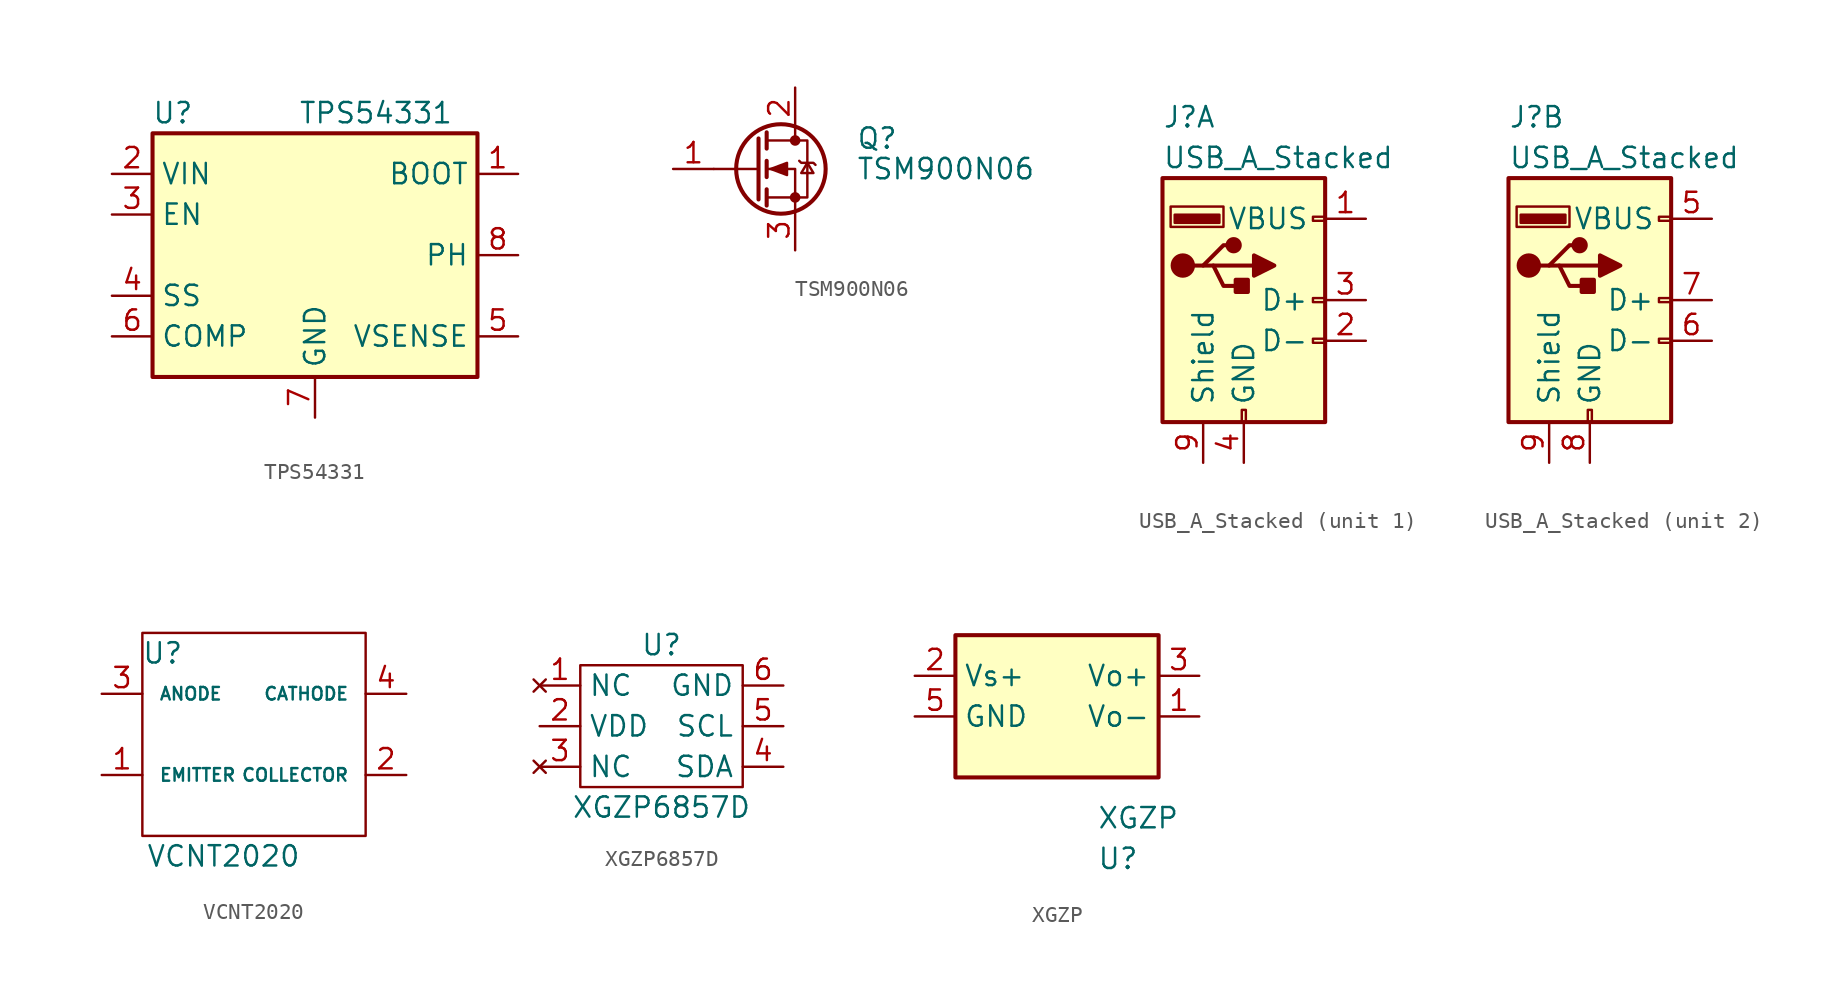
<source format=kicad_sym>
(kicad_symbol_lib
  (version 20211014)
  (generator kicad_symbol_editor)
  (symbol "TPS54331"
    (property "Reference" "U"
      (at -8.89 8.89 0)
      (effects (font (size 1.27 1.27))))
    (property "Value" "TPS54331"
      (at 3.81 8.89 0)
      (effects (font (size 1.27 1.27))))
    (symbol "TPS54331_1_1"
      (rectangle (start -10.16 7.62) (end 10.16 -7.62) (stroke (width 0.254) (type default) (color 0 0 0 0)) (fill (type background)))
      (pin output line (at 12.7 5.08 180) (length 2.54) (name "BOOT" (effects (font (size 1.27 1.27)))) (number "1" (effects (font (size 1.27 1.27)))))
      (pin power_in line (at -12.7 5.08 0) (length 2.54) (name "VIN" (effects (font (size 1.27 1.27)))) (number "2" (effects (font (size 1.27 1.27)))))
      (pin input line (at -12.7 2.54 0) (length 2.54) (name "EN" (effects (font (size 1.27 1.27)))) (number "3" (effects (font (size 1.27 1.27)))))
      (pin output line (at -12.7 -2.54 0) (length 2.54) (name "SS" (effects (font (size 1.27 1.27)))) (number "4" (effects (font (size 1.27 1.27)))))
      (pin input line (at 12.7 -5.08 180) (length 2.54) (name "VSENSE" (effects (font (size 1.27 1.27)))) (number "5" (effects (font (size 1.27 1.27)))))
      (pin output line (at -12.7 -5.08 0) (length 2.54) (name "COMP" (effects (font (size 1.27 1.27)))) (number "6" (effects (font (size 1.27 1.27)))))
      (pin power_in line (at 0 -10.16 90) (length 2.54) (name "GND" (effects (font (size 1.27 1.27)))) (number "7" (effects (font (size 1.27 1.27)))))
      (pin output line (at 12.7 0 180) (length 2.54) (name "PH" (effects (font (size 1.27 1.27)))) (number "8" (effects (font (size 1.27 1.27)))))))
  (symbol "TSM900N06"
    (pin_names hide)
    (property "Reference" "Q"
      (at 6.35 1.905 0)
      (effects (font (size 1.27 1.27)) (justify left)))
    (property "Value" "TSM900N06"
      (at 6.35 0 0)
      (effects (font (size 1.27 1.27)) (justify left)))
    (symbol "TSM900N06_0_1"
      (polyline (pts (xy 0.254 0) (xy -2.54 0)) (stroke (width 0) (type default) (color 0 0 0 0)) (fill (type none)))
      (polyline (pts (xy 0.254 1.905) (xy 0.254 -1.905)) (stroke (width 0.254) (type default) (color 0 0 0 0)) (fill (type none)))
      (polyline (pts (xy 0.762 -1.27) (xy 0.762 -2.286)) (stroke (width 0.254) (type default) (color 0 0 0 0)) (fill (type none)))
      (polyline (pts (xy 0.762 0.508) (xy 0.762 -0.508)) (stroke (width 0.254) (type default) (color 0 0 0 0)) (fill (type none)))
      (polyline (pts (xy 0.762 2.286) (xy 0.762 1.27)) (stroke (width 0.254) (type default) (color 0 0 0 0)) (fill (type none)))
      (polyline (pts (xy 2.54 2.54) (xy 2.54 1.778)) (stroke (width 0) (type default) (color 0 0 0 0)) (fill (type none)))
      (polyline (pts (xy 2.54 -2.54) (xy 2.54 0) (xy 0.762 0)) (stroke (width 0) (type default) (color 0 0 0 0)) (fill (type none)))
      (polyline (pts (xy 0.762 -1.778) (xy 3.302 -1.778) (xy 3.302 1.778) (xy 0.762 1.778)) (stroke (width 0) (type default) (color 0 0 0 0)) (fill (type none)))
      (polyline (pts (xy 1.016 0) (xy 2.032 0.381) (xy 2.032 -0.381) (xy 1.016 0)) (stroke (width 0) (type default) (color 0 0 0 0)) (fill (type outline)))
      (polyline (pts (xy 2.794 0.508) (xy 2.921 0.381) (xy 3.683 0.381) (xy 3.81 0.254)) (stroke (width 0) (type default) (color 0 0 0 0)) (fill (type none)))
      (polyline (pts (xy 3.302 0.381) (xy 2.921 -0.254) (xy 3.683 -0.254) (xy 3.302 0.381)) (stroke (width 0) (type default) (color 0 0 0 0)) (fill (type none)))
      (circle (center 1.651 0) (radius 2.794) (stroke (width 0.254) (type default) (color 0 0 0 0)) (fill (type none)))
      (circle (center 2.54 -1.778) (radius 0.254) (stroke (width 0) (type default) (color 0 0 0 0)) (fill (type outline)))
      (circle (center 2.54 1.778) (radius 0.254) (stroke (width 0) (type default) (color 0 0 0 0)) (fill (type outline))))
    (symbol "TSM900N06_1_1"
      (pin input line (at -5.08 0 0) (length 2.54) (name "G" (effects (font (size 1.27 1.27)))) (number "1" (effects (font (size 1.27 1.27)))))
      (pin passive line (at 2.54 5.08 270) (length 2.54) (name "D" (effects (font (size 1.27 1.27)))) (number "2" (effects (font (size 1.27 1.27)))))
      (pin passive line (at 2.54 -5.08 90) (length 2.54) (name "S" (effects (font (size 1.27 1.27)))) (number "3" (effects (font (size 1.27 1.27)))))))
  (symbol "USB_A_Stacked"
    (pin_names
      (offset 1.016))
    (property "Reference" "J"
      (at -5.08 11.43 0)
      (effects (font (size 1.27 1.27)) (justify left)))
    (property "Value" "USB_A_Stacked"
      (at -5.08 8.89 0)
      (effects (font (size 1.27 1.27)) (justify left)))
    (symbol "USB_A_Stacked_0_1"
      (rectangle (start -5.08 -7.62) (end 5.08 7.62) (stroke (width 0.254) (type default) (color 0 0 0 0)) (fill (type background)))
      (circle (center -3.81 2.159) (radius 0.635) (stroke (width 0.254) (type default) (color 0 0 0 0)) (fill (type outline)))
      (rectangle (start -1.524 4.826) (end -4.318 5.334) (stroke (width 0) (type default) (color 0 0 0 0)) (fill (type outline)))
      (rectangle (start -1.27 4.572) (end -4.572 5.842) (stroke (width 0) (type default) (color 0 0 0 0)) (fill (type none)))
      (circle (center -0.635 3.429) (radius 0.381) (stroke (width 0.254) (type default) (color 0 0 0 0)) (fill (type outline)))
      (rectangle (start -0.127 -7.62) (end 0.127 -6.858) (stroke (width 0) (type default) (color 0 0 0 0)) (fill (type none)))
      (polyline (pts (xy -3.175 2.159) (xy -2.54 2.159) (xy -1.27 3.429) (xy -0.635 3.429)) (stroke (width 0.254) (type default) (color 0 0 0 0)) (fill (type none)))
      (polyline (pts (xy -2.54 2.159) (xy -1.905 2.159) (xy -1.27 0.889) (xy 0 0.889)) (stroke (width 0.254) (type default) (color 0 0 0 0)) (fill (type none)))
      (polyline (pts (xy 0.635 2.794) (xy 0.635 1.524) (xy 1.905 2.159) (xy 0.635 2.794)) (stroke (width 0.254) (type default) (color 0 0 0 0)) (fill (type outline)))
      (rectangle (start 0.254 1.27) (end -0.508 0.508) (stroke (width 0.254) (type default) (color 0 0 0 0)) (fill (type outline)))
      (rectangle (start 5.08 -2.667) (end 4.318 -2.413) (stroke (width 0) (type default) (color 0 0 0 0)) (fill (type none)))
      (rectangle (start 5.08 -0.127) (end 4.318 0.127) (stroke (width 0) (type default) (color 0 0 0 0)) (fill (type none)))
      (rectangle (start 5.08 4.953) (end 4.318 5.207) (stroke (width 0) (type default) (color 0 0 0 0)) (fill (type none))))
    (symbol "USB_A_Stacked_1_1"
      (polyline (pts (xy -1.905 2.159) (xy 0.635 2.159)) (stroke (width 0.254) (type default) (color 0 0 0 0)) (fill (type none)))
      (pin power_in line (at 7.62 5.08 180) (length 2.54) (name "VBUS" (effects (font (size 1.27 1.27)))) (number "1" (effects (font (size 1.27 1.27)))))
      (pin bidirectional line (at 7.62 -2.54 180) (length 2.54) (name "D-" (effects (font (size 1.27 1.27)))) (number "2" (effects (font (size 1.27 1.27)))))
      (pin bidirectional line (at 7.62 0 180) (length 2.54) (name "D+" (effects (font (size 1.27 1.27)))) (number "3" (effects (font (size 1.27 1.27)))))
      (pin power_in line (at 0 -10.16 90) (length 2.54) (name "GND" (effects (font (size 1.27 1.27)))) (number "4" (effects (font (size 1.27 1.27)))))
      (pin passive line (at -2.54 -10.16 90) (length 2.54) (name "Shield" (effects (font (size 1.27 1.27)))) (number "9" (effects (font (size 1.27 1.27))))))
    (symbol "USB_A_Stacked_2_1"
      (polyline (pts (xy -1.905 2.159) (xy 0.635 2.159)) (stroke (width 0.254) (type default) (color 0 0 0 0)) (fill (type none)))
      (pin power_in line (at 7.62 5.08 180) (length 2.54) (name "VBUS" (effects (font (size 1.27 1.27)))) (number "5" (effects (font (size 1.27 1.27)))))
      (pin bidirectional line (at 7.62 -2.54 180) (length 2.54) (name "D-" (effects (font (size 1.27 1.27)))) (number "6" (effects (font (size 1.27 1.27)))))
      (pin bidirectional line (at 7.62 0 180) (length 2.54) (name "D+" (effects (font (size 1.27 1.27)))) (number "7" (effects (font (size 1.27 1.27)))))
      (pin power_in line (at 0 -10.16 90) (length 2.54) (name "GND" (effects (font (size 1.27 1.27)))) (number "8" (effects (font (size 1.27 1.27)))))
      (pin passive line (at -2.54 -10.16 90) (length 2.54) (name "Shield" (effects (font (size 1.27 1.27)))) (number "9" (effects (font (size 1.27 1.27)))))))
  (symbol "VCNT2020"
    (pin_names
      (offset 1.016))
    (property "Reference" "U"
      (at 1.27 11.43 0)
      (effects (font (size 1.27 1.27))))
    (property "Value" "VCNT2020"
      (at 5.08 -1.27 0)
      (effects (font (size 1.27 1.27))))
    (symbol "VCNT2020_0_1"
      (rectangle (start 0 0) (end 13.97 12.7) (stroke (width 0) (type default) (color 0 0 0 0)) (fill (type none))))
    (symbol "VCNT2020_1_1"
      (pin input line (at -2.54 3.81 0) (length 2.54) (name "EMITTER" (effects (font (size 0.787 0.787)))) (number "1" (effects (font (size 1.27 1.27)))))
      (pin input line (at 16.51 3.81 180) (length 2.54) (name "COLLECTOR" (effects (font (size 0.787 0.787)))) (number "2" (effects (font (size 1.27 1.27)))))
      (pin input line (at -2.54 8.89 0) (length 2.54) (name "ANODE" (effects (font (size 0.787 0.787)))) (number "3" (effects (font (size 1.27 1.27)))))
      (pin power_out line (at 16.51 8.89 180) (length 2.54) (name "CATHODE" (effects (font (size 0.787 0.787)))) (number "4" (effects (font (size 1.27 1.27)))))))
  (symbol "XGZP6857D"
    (property "Reference" "U"
      (at 0 5.08 0)
      (effects (font (size 1.27 1.27))))
    (property "Value" "XGZP6857D"
      (at 0 -5.08 0)
      (effects (font (size 1.27 1.27))))
    (symbol "XGZP6857D_0_1"
      (rectangle (start -5.08 -3.81) (end 5.08 3.81) (stroke (width 0) (type default) (color 0 0 0 0)) (fill (type none))))
    (symbol "XGZP6857D_1_1"
      (pin no_connect line (at -7.62 2.54 0) (length 2.54) (name "NC" (effects (font (size 1.27 1.27)))) (number "1" (effects (font (size 1.27 1.27)))))
      (pin power_in line (at -7.62 0 0) (length 2.54) (name "VDD" (effects (font (size 1.27 1.27)))) (number "2" (effects (font (size 1.27 1.27)))))
      (pin no_connect line (at -7.62 -2.54 0) (length 2.54) (name "NC" (effects (font (size 1.27 1.27)))) (number "3" (effects (font (size 1.27 1.27)))))
      (pin bidirectional line (at 7.62 -2.54 180) (length 2.54) (name "SDA" (effects (font (size 1.27 1.27)))) (number "4" (effects (font (size 1.27 1.27)))))
      (pin bidirectional line (at 7.62 0 180) (length 2.54) (name "SCL" (effects (font (size 1.27 1.27)))) (number "5" (effects (font (size 1.27 1.27)))))
      (pin power_in line (at 7.62 2.54 180) (length 2.54) (name "GND" (effects (font (size 1.27 1.27)))) (number "6" (effects (font (size 1.27 1.27)))))))
  (symbol "XGZP"
    (property "Reference" "U"
      (at 3.81 -8.89 0)
      (effects (font (size 1.27 1.27))))
    (property "Value" "XGZP"
      (at 5.08 -6.35 0)
      (effects (font (size 1.27 1.27))))
    (symbol "XGZP_0_1"
      (rectangle (start -6.35 5.08) (end 6.35 -3.81) (stroke (width 0.254) (type default) (color 0 0 0 0)) (fill (type background))))
    (symbol "XGZP_1_1"
      (pin passive line (at 8.89 0 180) (length 2.54) (name "Vo-" (effects (font (size 1.27 1.27)))) (number "1" (effects (font (size 1.27 1.27)))))
      (pin input line (at -8.89 2.54 0) (length 2.54) (name "Vs+" (effects (font (size 1.27 1.27)))) (number "2" (effects (font (size 1.27 1.27)))))
      (pin passive line (at 8.89 2.54 180) (length 2.54) (name "Vo+" (effects (font (size 1.27 1.27)))) (number "3" (effects (font (size 1.27 1.27)))))
      (pin input line (at -8.89 0 0) (length 2.54) (name "GND" (effects (font (size 1.27 1.27)))) (number "5" (effects (font (size 1.27 1.27)))))
      (pin passive line (at 8.89 0 180) (length 2.54) hide (name "Vo-" (effects (font (size 1.27 1.27)))) (number "6" (effects (font (size 1.27 1.27))))))))
</source>
